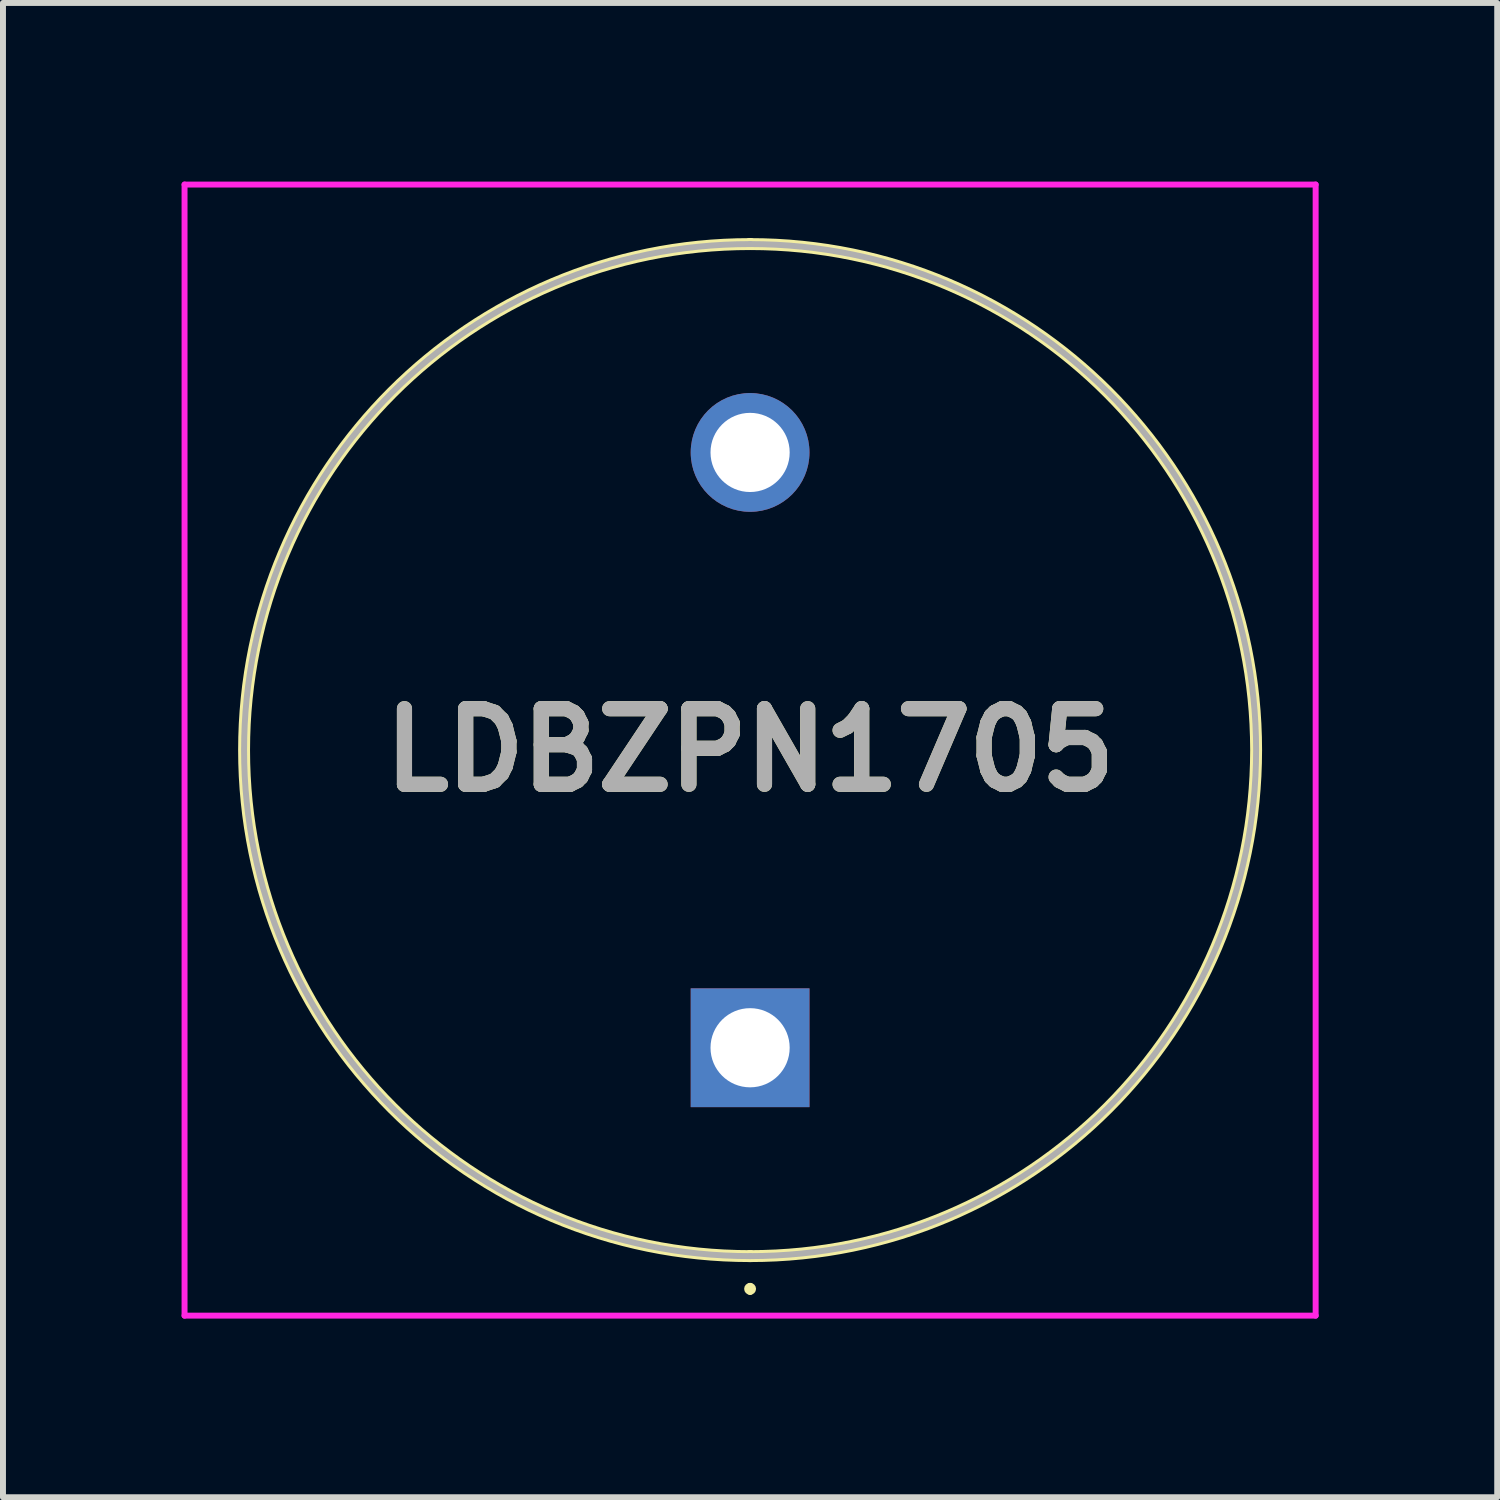
<source format=kicad_pcb>
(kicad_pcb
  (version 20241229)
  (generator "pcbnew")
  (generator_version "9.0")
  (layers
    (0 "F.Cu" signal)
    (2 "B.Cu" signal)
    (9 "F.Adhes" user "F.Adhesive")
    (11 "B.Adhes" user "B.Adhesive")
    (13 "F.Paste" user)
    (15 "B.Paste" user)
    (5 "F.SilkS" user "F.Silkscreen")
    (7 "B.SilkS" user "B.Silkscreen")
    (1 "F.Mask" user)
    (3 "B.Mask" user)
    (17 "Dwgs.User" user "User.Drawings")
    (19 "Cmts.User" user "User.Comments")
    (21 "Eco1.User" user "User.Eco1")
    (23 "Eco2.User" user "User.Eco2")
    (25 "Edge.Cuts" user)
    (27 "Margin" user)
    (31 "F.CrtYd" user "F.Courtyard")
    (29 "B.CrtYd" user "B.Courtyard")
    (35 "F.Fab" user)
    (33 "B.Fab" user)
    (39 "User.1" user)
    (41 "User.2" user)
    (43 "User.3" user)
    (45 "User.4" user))
  (footprint "LDBZPN1705"
    (layer "F.Cu")
    (at 9.55 14.55)
    (property "Reference" "LDBZPN1705" (at 0 -5 0) (layer "F.SilkS") (effects (font (size 1.27 1.27) (thickness 0.254))))
    (attr through_hole)
    (fp_line (start 0 -13.5) (end 0 -13.5) (stroke (width 0.2) (type solid)) (layer "F.SilkS"))
    (fp_line (start 0 3.5) (end 0 3.5) (stroke (width 0.2) (type solid)) (layer "F.SilkS"))
    (fp_line (start 0 4) (end 0 4) (stroke (width 0.1) (type solid)) (layer "F.SilkS"))
    (fp_line (start 0 4.1) (end 0 4.1) (stroke (width 0.1) (type solid)) (layer "F.SilkS"))
    (fp_arc (start 0 -13.5) (mid 8.5 -5) (end 0 3.5) (stroke (width 0.2) (type solid)) (layer "F.SilkS"))
    (fp_arc (start 0 3.5) (mid -8.5 -5) (end 0 -13.5) (stroke (width 0.2) (type solid)) (layer "F.SilkS"))
    (fp_arc (start 0 4) (mid 0.05 4.05) (end 0 4.1) (stroke (width 0.1) (type solid)) (layer "F.SilkS"))
    (fp_arc (start 0 4.1) (mid -0.05 4.05) (end 0 4) (stroke (width 0.1) (type solid)) (layer "F.SilkS"))
    (fp_line (start -9.5 -14.5) (end 9.5 -14.5) (stroke (width 0.1) (type solid)) (layer "F.CrtYd"))
    (fp_line (start -9.5 4.5) (end -9.5 -14.5) (stroke (width 0.1) (type solid)) (layer "F.CrtYd"))
    (fp_line (start 9.5 -14.5) (end 9.5 4.5) (stroke (width 0.1) (type solid)) (layer "F.CrtYd"))
    (fp_line (start 9.5 4.5) (end -9.5 4.5) (stroke (width 0.1) (type solid)) (layer "F.CrtYd"))
    (fp_line (start 0 -13.5) (end 0 -13.5) (stroke (width 0.1) (type solid)) (layer "F.Fab"))
    (fp_line (start 0 3.5) (end 0 3.5) (stroke (width 0.1) (type solid)) (layer "F.Fab"))
    (fp_arc (start 0 -13.5) (mid 8.5 -5) (end 0 3.5) (stroke (width 0.1) (type solid)) (layer "F.Fab"))
    (fp_arc (start 0 3.5) (mid -8.5 -5) (end 0 -13.5) (stroke (width 0.1) (type solid)) (layer "F.Fab"))
    (fp_text user "${REFERENCE}" (at 0 -5 0) (layer "F.Fab") (effects (font (size 1.27 1.27) (thickness 0.254))))
    (pad "1" thru_hole rect (at 0 0) (size 1.995 1.995) (drill 1.33) (layers "*.Cu" "*.Mask"))
    (pad "2" thru_hole circle (at 0 -10) (size 1.995 1.995) (drill 1.33) (layers "*.Cu" "*.Mask")))
  (gr_rect
    (start -3 -3)
    (end 22.1 22.1)
    (stroke (width 0.1) (type default))
    (fill no)
    (layer "Edge.Cuts")))
</source>
